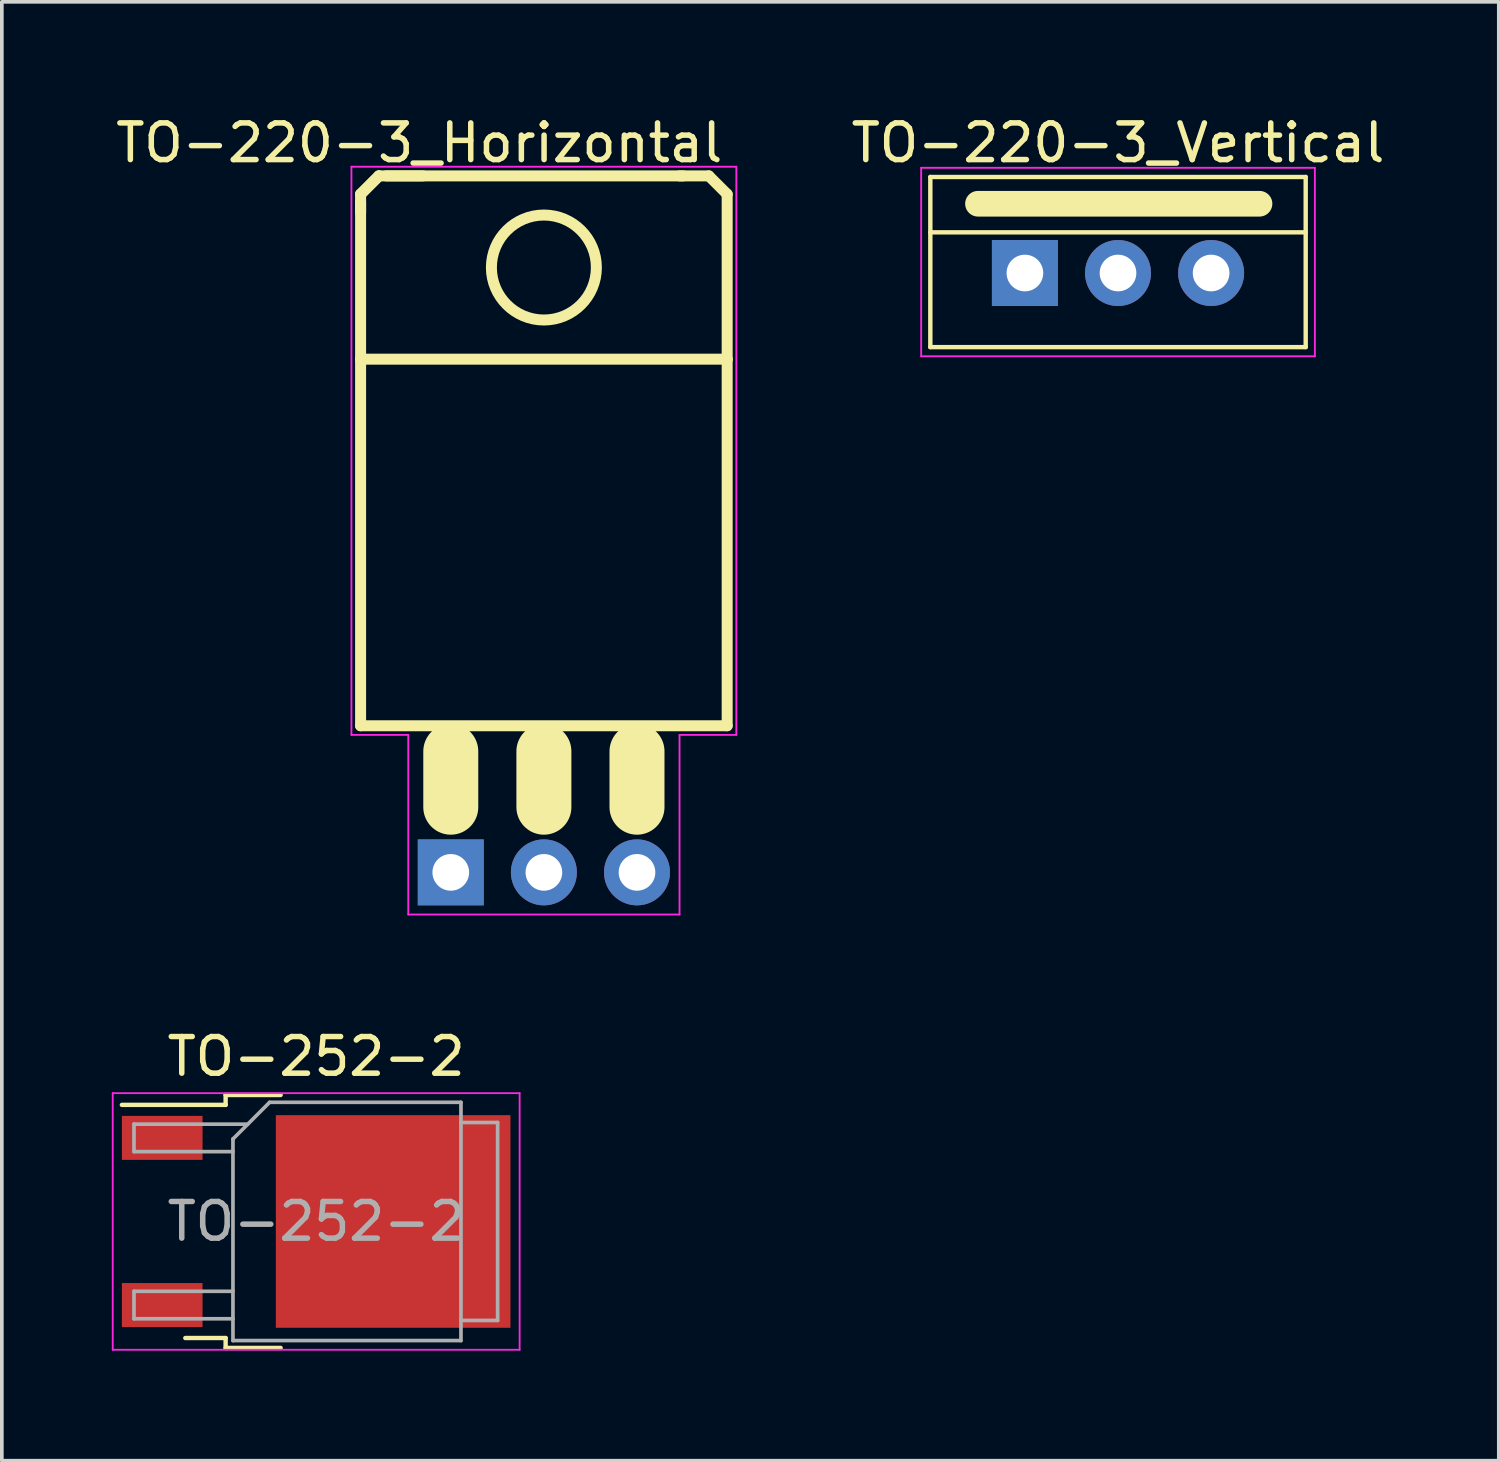
<source format=kicad_pcb>
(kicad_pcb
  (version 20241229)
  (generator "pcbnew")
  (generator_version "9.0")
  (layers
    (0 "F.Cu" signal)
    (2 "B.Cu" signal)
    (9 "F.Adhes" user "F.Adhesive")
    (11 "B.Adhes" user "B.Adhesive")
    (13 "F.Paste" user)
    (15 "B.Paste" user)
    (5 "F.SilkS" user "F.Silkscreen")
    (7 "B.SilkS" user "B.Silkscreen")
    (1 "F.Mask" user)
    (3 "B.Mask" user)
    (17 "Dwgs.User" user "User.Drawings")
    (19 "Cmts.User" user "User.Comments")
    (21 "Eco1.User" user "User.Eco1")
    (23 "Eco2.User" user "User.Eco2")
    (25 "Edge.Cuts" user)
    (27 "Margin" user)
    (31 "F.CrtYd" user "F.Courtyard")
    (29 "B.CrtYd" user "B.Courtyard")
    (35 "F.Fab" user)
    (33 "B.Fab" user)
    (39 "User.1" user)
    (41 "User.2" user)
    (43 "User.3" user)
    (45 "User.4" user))
  (footprint "TO-252-2"
    (layer "F.Cu")
    (at 5.575 30.271)
    (property "Reference" "TO-252-2" (at 0 -4.5 0) (layer "F.SilkS") (effects (font (size 1 1) (thickness 0.15))))
    (attr smd)
    (fp_line (start -2.47 -3.45) (end -2.47 -3.18) (stroke (width 0.12) (type solid)) (layer "F.SilkS"))
    (fp_line (start -2.47 -3.18) (end -5.3 -3.18) (stroke (width 0.12) (type solid)) (layer "F.SilkS"))
    (fp_line (start -2.47 3.18) (end -3.57 3.18) (stroke (width 0.12) (type solid)) (layer "F.SilkS"))
    (fp_line (start -2.47 3.45) (end -2.47 3.18) (stroke (width 0.12) (type solid)) (layer "F.SilkS"))
    (fp_line (start -0.97 -3.45) (end -2.47 -3.45) (stroke (width 0.12) (type solid)) (layer "F.SilkS"))
    (fp_line (start -0.97 3.45) (end -2.47 3.45) (stroke (width 0.12) (type solid)) (layer "F.SilkS"))
    (fp_line (start -5.55 -3.5) (end -5.55 3.5) (stroke (width 0.05) (type solid)) (layer "F.CrtYd"))
    (fp_line (start -5.55 3.5) (end 5.55 3.5) (stroke (width 0.05) (type solid)) (layer "F.CrtYd"))
    (fp_line (start 5.55 -3.5) (end -5.55 -3.5) (stroke (width 0.05) (type solid)) (layer "F.CrtYd"))
    (fp_line (start 5.55 3.5) (end 5.55 -3.5) (stroke (width 0.05) (type solid)) (layer "F.CrtYd"))
    (fp_line (start -4.97 -2.655) (end -4.97 -1.905) (stroke (width 0.1) (type solid)) (layer "F.Fab"))
    (fp_line (start -4.97 -1.905) (end -2.27 -1.905) (stroke (width 0.1) (type solid)) (layer "F.Fab"))
    (fp_line (start -4.97 1.905) (end -4.97 2.655) (stroke (width 0.1) (type solid)) (layer "F.Fab"))
    (fp_line (start -4.97 2.655) (end -2.27 2.655) (stroke (width 0.1) (type solid)) (layer "F.Fab"))
    (fp_line (start -2.27 -2.25) (end -1.27 -3.25) (stroke (width 0.1) (type solid)) (layer "F.Fab"))
    (fp_line (start -2.27 1.905) (end -4.97 1.905) (stroke (width 0.1) (type solid)) (layer "F.Fab"))
    (fp_line (start -2.27 3.25) (end -2.27 -2.25) (stroke (width 0.1) (type solid)) (layer "F.Fab"))
    (fp_line (start -1.865 -2.655) (end -4.97 -2.655) (stroke (width 0.1) (type solid)) (layer "F.Fab"))
    (fp_line (start -1.27 -3.25) (end 3.95 -3.25) (stroke (width 0.1) (type solid)) (layer "F.Fab"))
    (fp_line (start 3.95 -3.25) (end 3.95 3.25) (stroke (width 0.1) (type solid)) (layer "F.Fab"))
    (fp_line (start 3.95 -2.7) (end 4.95 -2.7) (stroke (width 0.1) (type solid)) (layer "F.Fab"))
    (fp_line (start 3.95 3.25) (end -2.27 3.25) (stroke (width 0.1) (type solid)) (layer "F.Fab"))
    (fp_line (start 4.95 -2.7) (end 4.95 2.7) (stroke (width 0.1) (type solid)) (layer "F.Fab"))
    (fp_line (start 4.95 2.7) (end 3.95 2.7) (stroke (width 0.1) (type solid)) (layer "F.Fab"))
    (fp_text user "${REFERENCE}" (at 0 0 0) (layer "F.Fab") (effects (font (size 1 1) (thickness 0.15))))
    (pad "" smd rect (at 0.425 -1.525) (size 3.05 2.75) (layers "F.Paste"))
    (pad "" smd rect (at 0.425 1.525) (size 3.05 2.75) (layers "F.Paste"))
    (pad "" smd rect (at 3.775 -1.525) (size 3.05 2.75) (layers "F.Paste"))
    (pad "" smd rect (at 3.775 1.525) (size 3.05 2.75) (layers "F.Paste"))
    (pad "1" smd rect (at -4.2 -2.28) (size 2.2 1.2) (layers "F.Cu" "F.Mask" "F.Paste"))
    (pad "2" smd rect (at 2.1 0) (size 6.4 5.8) (layers "F.Cu" "F.Mask"))
    (pad "3" smd rect (at -4.2 2.28) (size 2.2 1.2) (layers "F.Cu" "F.Mask" "F.Paste")))
  (footprint "TO-220-3_Vertical"
    (layer "F.Cu")
    (at 27.449 4.398)
    (property "Reference" "TO-220-3_Vertical" (at 0 -3.55 0) (layer "F.SilkS") (effects (font (size 1 1) (thickness 0.15))))
    (attr through_hole)
    (fp_line (start -5.12 -2.62) (end -5.12 2.021) (stroke (width 0.12) (type solid)) (layer "F.SilkS"))
    (fp_line (start -5.12 -2.62) (end 5.12 -2.62) (stroke (width 0.12) (type solid)) (layer "F.SilkS"))
    (fp_line (start -5.12 -1.11) (end 5.12 -1.11) (stroke (width 0.12) (type solid)) (layer "F.SilkS"))
    (fp_line (start -5.12 2.021) (end 5.12 2.021) (stroke (width 0.12) (type solid)) (layer "F.SilkS"))
    (fp_line (start -3.82 -1.89) (end 3.86 -1.89) (stroke (width 0.7) (type solid)) (layer "F.SilkS"))
    (fp_line (start 5.12 -2.62) (end 5.12 2.021) (stroke (width 0.12) (type solid)) (layer "F.SilkS"))
    (fp_line (start -5.37 -2.87) (end -5.37 2.27) (stroke (width 0.05) (type solid)) (layer "F.CrtYd"))
    (fp_line (start -5.37 2.27) (end 5.37 2.27) (stroke (width 0.05) (type solid)) (layer "F.CrtYd"))
    (fp_line (start 5.37 -2.87) (end -5.37 -2.87) (stroke (width 0.05) (type solid)) (layer "F.CrtYd"))
    (fp_line (start 5.37 2.27) (end 5.37 -2.87) (stroke (width 0.05) (type solid)) (layer "F.CrtYd"))
    (pad "1" thru_hole rect (at -2.54 0) (size 1.8 1.8) (drill 1) (layers "*.Cu" "*.Mask"))
    (pad "2" thru_hole oval (at 0 0) (size 1.8 1.8) (drill 1) (layers "*.Cu" "*.Mask"))
    (pad "3" thru_hole oval (at 2.54 0) (size 1.8 1.8) (drill 1) (layers "*.Cu" "*.Mask")))
  (footprint "TO-220-3_Horizontal"
    (layer "F.Cu")
    (at 11.787 20.748)
    (property "Reference" "TO-220-3_Horizontal" (at -3.4 -19.9 0) (layer "F.SilkS") (effects (font (size 1 1) (thickness 0.15))))
    (attr through_hole)
    (fp_line (start -5 -18.5) (end -4.5 -19) (stroke (width 0.3) (type solid)) (layer "F.SilkS"))
    (fp_line (start -5 -18.5) (end -4.5 -19) (stroke (width 0.3) (type solid)) (layer "F.SilkS"))
    (fp_line (start -5 -18.3) (end -5 -18.5) (stroke (width 0.15) (type solid)) (layer "F.SilkS"))
    (fp_line (start -5 -18) (end -5 -18.5) (stroke (width 0.3) (type solid)) (layer "F.SilkS"))
    (fp_line (start -5 -14) (end -5 -18.3) (stroke (width 0.3) (type solid)) (layer "F.SilkS"))
    (fp_line (start -5 -14) (end 5 -14) (stroke (width 0.3) (type solid)) (layer "F.SilkS"))
    (fp_line (start -5 -4) (end -5 -14) (stroke (width 0.3) (type solid)) (layer "F.SilkS"))
    (fp_line (start -5 -4) (end 5 -4) (stroke (width 0.3) (type solid)) (layer "F.SilkS"))
    (fp_line (start -4.5 -19) (end -4.1 -19) (stroke (width 0.15) (type solid)) (layer "F.SilkS"))
    (fp_line (start -4.5 -19) (end -3.3 -19) (stroke (width 0.3) (type solid)) (layer "F.SilkS"))
    (fp_line (start -4.3 -19) (end 3.8 -19) (stroke (width 0.3) (type solid)) (layer "F.SilkS"))
    (fp_line (start -2.54 -3.302) (end -2.54 -1.778) (stroke (width 1.5) (type solid)) (layer "F.SilkS"))
    (fp_line (start 0 -3.302) (end 0 -1.778) (stroke (width 1.5) (type solid)) (layer "F.SilkS"))
    (fp_line (start 2.54 -3.302) (end 2.54 -1.778) (stroke (width 1.5) (type solid)) (layer "F.SilkS"))
    (fp_line (start 3.7 -19) (end 4.5 -19) (stroke (width 0.3) (type solid)) (layer "F.SilkS"))
    (fp_line (start 4.5 -19) (end 5 -18.5) (stroke (width 0.3) (type solid)) (layer "F.SilkS"))
    (fp_line (start 5 -18.5) (end 5 -14) (stroke (width 0.3) (type solid)) (layer "F.SilkS"))
    (fp_line (start 5 -4) (end 5 -14) (stroke (width 0.3) (type solid)) (layer "F.SilkS"))
    (fp_circle (center 0 -16.5) (end 0.6 -15.2) (stroke (width 0.3) (type solid)) (fill no) (layer "F.SilkS"))
    (fp_line (start -5.25 -19.25) (end -5.25 -3.75) (stroke (width 0.05) (type solid)) (layer "F.CrtYd"))
    (fp_line (start -5.25 -3.75) (end -3.7 -3.75) (stroke (width 0.05) (type solid)) (layer "F.CrtYd"))
    (fp_line (start -3.7 -3.75) (end -3.7 1.15) (stroke (width 0.05) (type solid)) (layer "F.CrtYd"))
    (fp_line (start -3.7 1.15) (end 3.7 1.15) (stroke (width 0.05) (type solid)) (layer "F.CrtYd"))
    (fp_line (start 3.7 -3.75) (end 5.25 -3.75) (stroke (width 0.05) (type solid)) (layer "F.CrtYd"))
    (fp_line (start 3.7 1.15) (end 3.7 -3.75) (stroke (width 0.05) (type solid)) (layer "F.CrtYd"))
    (fp_line (start 5.25 -19.25) (end -5.25 -19.25) (stroke (width 0.05) (type solid)) (layer "F.CrtYd"))
    (fp_line (start 5.25 -3.75) (end 5.25 -19.25) (stroke (width 0.05) (type solid)) (layer "F.CrtYd"))
    (pad "1" thru_hole rect (at -2.54 0) (size 1.8 1.8) (drill 1) (layers "*.Cu" "*.Mask"))
    (pad "2" thru_hole oval (at 0 0) (size 1.8 1.8) (drill 1) (layers "*.Cu" "*.Mask"))
    (pad "3" thru_hole oval (at 2.54 0) (size 1.8 1.8) (drill 1) (layers "*.Cu" "*.Mask")))
  (gr_rect
    (start -3 -3)
    (end 37.836 36.797)
    (stroke (width 0.1) (type default))
    (fill no)
    (layer "Edge.Cuts")))
</source>
